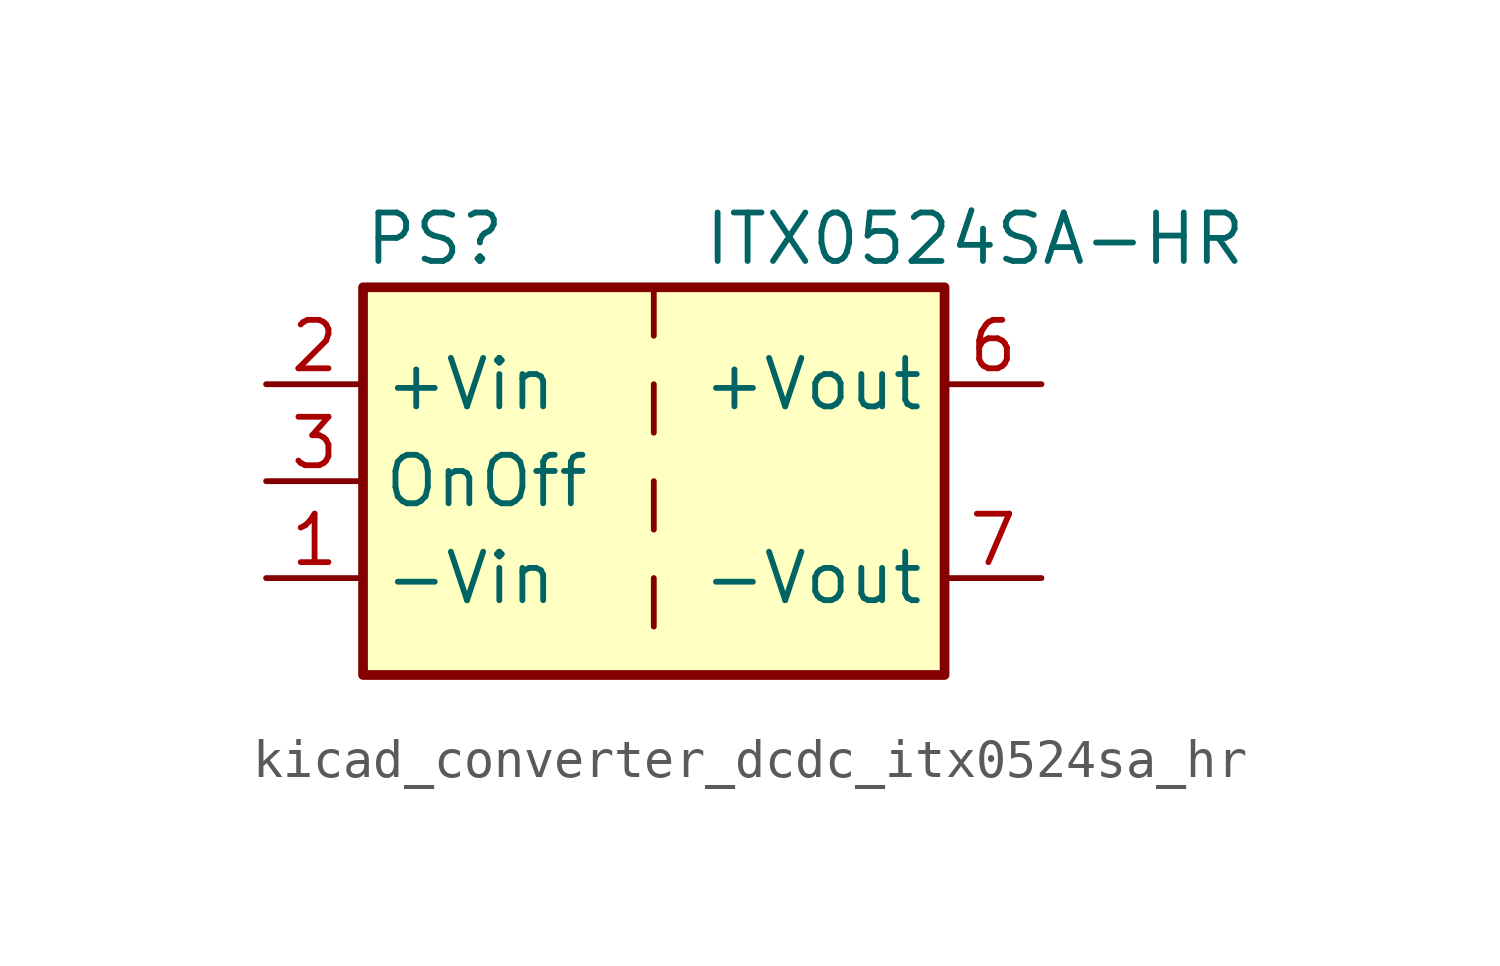
<source format=kicad_sym>
(kicad_symbol_lib
  (version 20220914)
  (generator kicad_symbol_editor)
  (symbol "kicad_converter_dcdc_itx0524sa_hr"
    (property "Reference" "PS"
      (at -7.62 6.35 0)
      (effects (font (size 1.27 1.27)) (justify left)))
    (property "Value" "ITX0524SA-HR"
      (at 1.27 6.35 0)
      (effects (font (size 1.27 1.27)) (justify left)))
    (symbol "kicad_converter_dcdc_itx0524sa_hr_0_0"
      (pin power_in line (at -10.16 -2.54 0) (length 2.54) (name "-Vin" (effects (font (size 1.27 1.27)))) (number "1" (effects (font (size 1.27 1.27)))))
      (pin power_in line (at -10.16 2.54 0) (length 2.54) (name "+Vin" (effects (font (size 1.27 1.27)))) (number "2" (effects (font (size 1.27 1.27)))))
      (pin input line (at -10.16 0 0) (length 2.54) (name "OnOff" (effects (font (size 1.27 1.27)))) (number "3" (effects (font (size 1.27 1.27)))))
      (pin no_connect line (at 0 5.08 270) (length 2.54) hide (name "NC" (effects (font (size 1.27 1.27)))) (number "5" (effects (font (size 1.27 1.27)))))
      (pin power_out line (at 10.16 2.54 180) (length 2.54) (name "+Vout" (effects (font (size 1.27 1.27)))) (number "6" (effects (font (size 1.27 1.27)))))
      (pin power_out line (at 10.16 -2.54 180) (length 2.54) (name "-Vout" (effects (font (size 1.27 1.27)))) (number "7" (effects (font (size 1.27 1.27)))))
      (pin no_connect line (at 7.62 0 180) (length 2.54) hide (name "NC" (effects (font (size 1.27 1.27)))) (number "8" (effects (font (size 1.27 1.27))))))
    (symbol "kicad_converter_dcdc_itx0524sa_hr_0_1"
      (rectangle (start -7.62 5.08) (end 7.62 -5.08) (stroke (width 0.254) (type default)) (fill (type background)))
      (polyline (pts (xy 0 -2.54) (xy 0 -3.81)) (stroke (width 0) (type default)) (fill (type none)))
      (polyline (pts (xy 0 0) (xy 0 -1.27)) (stroke (width 0) (type default)) (fill (type none)))
      (polyline (pts (xy 0 2.54) (xy 0 1.27)) (stroke (width 0) (type default)) (fill (type none)))
      (polyline (pts (xy 0 5.08) (xy 0 3.81)) (stroke (width 0) (type default)) (fill (type none))))))
</source>
